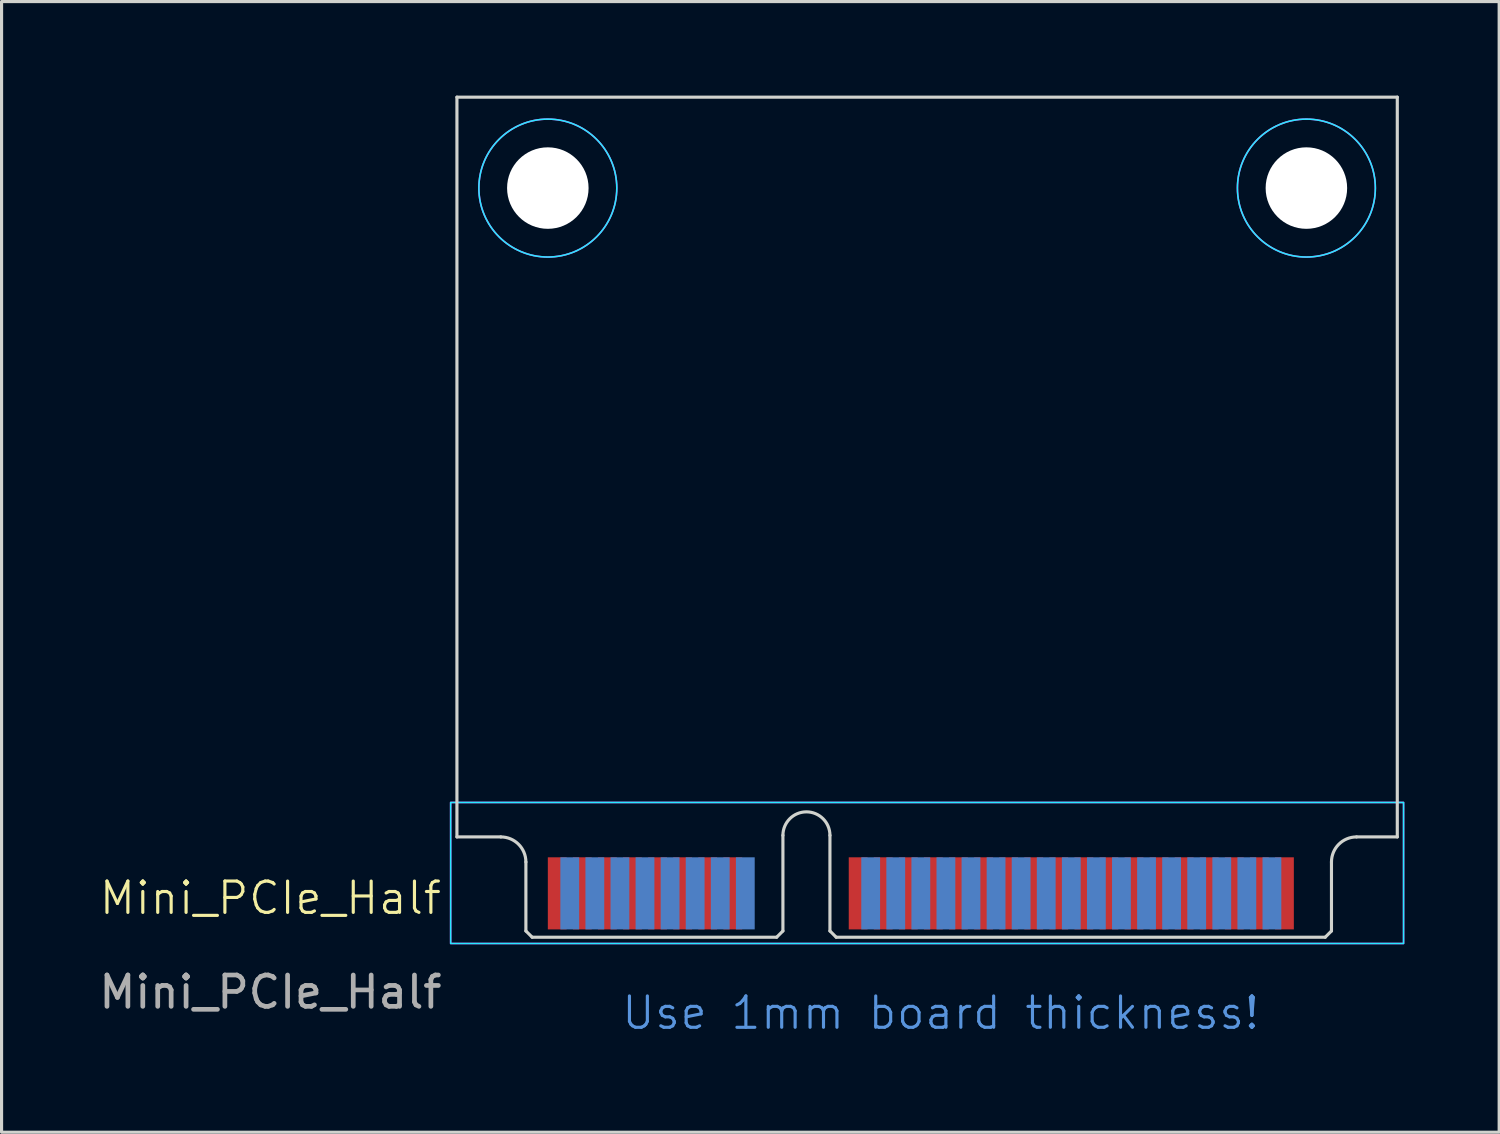
<source format=kicad_pcb>
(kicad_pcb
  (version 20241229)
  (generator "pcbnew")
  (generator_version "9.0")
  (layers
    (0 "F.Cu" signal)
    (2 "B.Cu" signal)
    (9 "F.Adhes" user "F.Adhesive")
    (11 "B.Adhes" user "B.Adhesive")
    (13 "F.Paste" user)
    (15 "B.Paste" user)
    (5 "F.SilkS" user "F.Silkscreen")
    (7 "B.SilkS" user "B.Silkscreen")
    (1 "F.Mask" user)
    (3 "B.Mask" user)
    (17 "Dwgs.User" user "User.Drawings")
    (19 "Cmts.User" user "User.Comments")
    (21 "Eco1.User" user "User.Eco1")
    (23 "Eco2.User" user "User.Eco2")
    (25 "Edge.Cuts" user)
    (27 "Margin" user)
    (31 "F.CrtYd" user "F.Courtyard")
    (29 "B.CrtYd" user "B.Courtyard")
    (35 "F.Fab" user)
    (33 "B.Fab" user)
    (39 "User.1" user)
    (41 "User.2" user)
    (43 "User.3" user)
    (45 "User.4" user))
  (footprint "Mini_PCIe_Half"
    (layer "F.Cu")
    (at 13.727 26.85)
    (property "Reference" "Mini_PCIe_Half" (at -8.15 -1.25 0) (unlocked yes) (layer "F.SilkS") (effects (font (size 1 1) (thickness 0.1))))
    (attr smd)
    (fp_rect (start -2.4 -4.3) (end 28 0.2) (stroke (width 0.1) (type solid)) (fill yes) (layer "F.Mask"))
    (fp_circle (center 0.7 -23.9) (end 2.9 -23.9) (stroke (width 0.05) (type solid)) (fill yes) (layer "F.Mask"))
    (fp_circle (center 24.9 -23.9) (end 27.1 -23.9) (stroke (width 0.05) (type solid)) (fill yes) (layer "F.Mask"))
    (fp_rect (start -2.4 -4.3) (end 28 0.2) (stroke (width 0.1) (type solid)) (fill yes) (layer "B.Mask"))
    (fp_circle (center 0.7 -23.9) (end 2.9 -23.9) (stroke (width 0.05) (type solid)) (fill yes) (layer "B.Mask"))
    (fp_circle (center 24.9 -23.9) (end 27.1 -23.9) (stroke (width 0.05) (type solid)) (fill yes) (layer "B.Mask"))
    (fp_line (start -2.2 -26.8) (end -2.2 -3.2) (stroke (width 0.1) (type solid)) (layer "Edge.Cuts"))
    (fp_line (start -2.2 -3.2) (end -0.8 -3.2) (stroke (width 0.1) (type solid)) (layer "Edge.Cuts"))
    (fp_line (start 0 -2.4) (end 0 -0.2) (stroke (width 0.1) (type solid)) (layer "Edge.Cuts"))
    (fp_line (start 0 -0.2) (end 0.2 0) (stroke (width 0.1) (type solid)) (layer "Edge.Cuts"))
    (fp_line (start 0.2 0) (end 8 0) (stroke (width 0.1) (type solid)) (layer "Edge.Cuts"))
    (fp_line (start 8 0) (end 8.2 -0.2) (stroke (width 0.1) (type solid)) (layer "Edge.Cuts"))
    (fp_line (start 8.2 -0.2) (end 8.2 -3.25) (stroke (width 0.1) (type solid)) (layer "Edge.Cuts"))
    (fp_line (start 9.7 -0.2) (end 9.7 -3.25) (stroke (width 0.1) (type solid)) (layer "Edge.Cuts"))
    (fp_line (start 9.7 -0.2) (end 9.9 0) (stroke (width 0.1) (type solid)) (layer "Edge.Cuts"))
    (fp_line (start 9.9 0) (end 25.5 0) (stroke (width 0.1) (type solid)) (layer "Edge.Cuts"))
    (fp_line (start 25.5 0) (end 25.7 -0.2) (stroke (width 0.1) (type solid)) (layer "Edge.Cuts"))
    (fp_line (start 25.7 -0.2) (end 25.7 -2.4) (stroke (width 0.1) (type solid)) (layer "Edge.Cuts"))
    (fp_line (start 26.5 -3.2) (end 27.8 -3.2) (stroke (width 0.1) (type solid)) (layer "Edge.Cuts"))
    (fp_line (start 27.8 -26.8) (end -2.2 -26.8) (stroke (width 0.1) (type solid)) (layer "Edge.Cuts"))
    (fp_line (start 27.8 -26.8) (end 27.8 -3.2) (stroke (width 0.1) (type solid)) (layer "Edge.Cuts"))
    (fp_arc (start -0.8 -3.2) (mid -0.234315 -2.965685) (end 0 -2.4) (stroke (width 0.1) (type solid)) (layer "Edge.Cuts"))
    (fp_arc (start 8.2 -3.25) (mid 8.95 -4) (end 9.7 -3.25) (stroke (width 0.1) (type solid)) (layer "Edge.Cuts"))
    (fp_arc (start 25.7 -2.4) (mid 25.934315 -2.965685) (end 26.5 -3.2) (stroke (width 0.1) (type solid)) (layer "Edge.Cuts"))
    (fp_rect (start -2.4 -4.3) (end 28 0.2) (stroke (width 0.05) (type default)) (fill no) (layer "B.CrtYd"))
    (fp_circle (center 0.7 -23.9) (end 2.9 -23.9) (stroke (width 0.05) (type solid)) (fill no) (layer "B.CrtYd"))
    (fp_circle (center 24.9 -23.9) (end 27.1 -23.9) (stroke (width 0.05) (type solid)) (fill no) (layer "B.CrtYd"))
    (fp_rect (start -2.4 -4.3) (end 28 0.2) (stroke (width 0.05) (type solid)) (fill no) (layer "F.CrtYd"))
    (fp_circle (center 0.7 -23.9) (end 2.9 -23.9) (stroke (width 0.05) (type solid)) (fill no) (layer "F.CrtYd"))
    (fp_circle (center 24.9 -23.9) (end 27.1 -23.9) (stroke (width 0.05) (type solid)) (fill no) (layer "F.CrtYd"))
    (fp_text user "Use 1mm board thickness!" (at 3 3 0) (unlocked yes) (layer "Cmts.User") (effects (font (size 1 1) (thickness 0.1)) (justify left bottom)))
    (fp_text user "${REFERENCE}" (at -8.15 1.75 0) (unlocked yes) (layer "F.Fab") (effects (font (size 1 1) (thickness 0.15))))
    (pad "" np_thru_hole circle (at 0.7 -23.9) (size 2.6 2.6) (drill 2.6) (layers "*.Cu" "*.Mask"))
    (pad "" np_thru_hole circle (at 24.9 -23.9) (size 2.6 2.6) (drill 2.6) (layers "*.Cu" "*.Mask"))
    (pad "1" smd rect (at 1 -1.4 90) (size 2.3 0.6) (layers "F.Cu" "F.Mask" "F.Paste"))
    (pad "2" smd rect (at 1.4 -1.4 90) (size 2.3 0.6) (layers "B.Cu" "B.Mask" "B.Paste"))
    (pad "3" smd rect (at 1.8 -1.4 90) (size 2.3 0.6) (layers "F.Cu" "F.Mask" "F.Paste"))
    (pad "4" smd rect (at 2.2 -1.4 90) (size 2.3 0.6) (layers "B.Cu" "B.Mask" "B.Paste"))
    (pad "5" smd rect (at 2.6 -1.4 90) (size 2.3 0.6) (layers "F.Cu" "F.Mask" "F.Paste"))
    (pad "6" smd rect (at 3 -1.4 90) (size 2.3 0.6) (layers "B.Cu" "B.Mask" "B.Paste"))
    (pad "7" smd rect (at 3.4 -1.4 90) (size 2.3 0.6) (layers "F.Cu" "F.Mask" "F.Paste"))
    (pad "8" smd rect (at 3.8 -1.4 90) (size 2.3 0.6) (layers "B.Cu" "B.Mask" "B.Paste"))
    (pad "9" smd rect (at 4.2 -1.4 90) (size 2.3 0.6) (layers "F.Cu" "F.Mask" "F.Paste"))
    (pad "10" smd rect (at 4.6 -1.4 90) (size 2.3 0.6) (layers "B.Cu" "B.Mask" "B.Paste"))
    (pad "11" smd rect (at 5 -1.4 90) (size 2.3 0.6) (layers "F.Cu" "F.Mask" "F.Paste"))
    (pad "12" smd rect (at 5.4 -1.4 90) (size 2.3 0.6) (layers "B.Cu" "B.Mask" "B.Paste"))
    (pad "13" smd rect (at 5.8 -1.4 90) (size 2.3 0.6) (layers "F.Cu" "F.Mask" "F.Paste"))
    (pad "14" smd rect (at 6.2 -1.4 90) (size 2.3 0.6) (layers "B.Cu" "B.Mask" "B.Paste"))
    (pad "15" smd rect (at 6.6 -1.4 90) (size 2.3 0.6) (layers "F.Cu" "F.Mask" "F.Paste"))
    (pad "16" smd rect (at 7 -1.4 90) (size 2.3 0.6) (layers "B.Cu" "B.Mask" "B.Paste"))
    (pad "17" smd rect (at 10.6 -1.4 90) (size 2.3 0.6) (layers "F.Cu" "F.Mask" "F.Paste"))
    (pad "18" smd rect (at 11 -1.4 90) (size 2.3 0.6) (layers "B.Cu" "B.Mask" "B.Paste"))
    (pad "19" smd rect (at 11.4 -1.4 90) (size 2.3 0.6) (layers "F.Cu" "F.Mask" "F.Paste"))
    (pad "20" smd rect (at 11.8 -1.4 90) (size 2.3 0.6) (layers "B.Cu" "B.Mask" "B.Paste"))
    (pad "21" smd rect (at 12.2 -1.4 90) (size 2.3 0.6) (layers "F.Cu" "F.Mask" "F.Paste"))
    (pad "22" smd rect (at 12.6 -1.4 90) (size 2.3 0.6) (layers "B.Cu" "B.Mask" "B.Paste"))
    (pad "23" smd rect (at 13 -1.4 90) (size 2.3 0.6) (layers "F.Cu" "F.Mask" "F.Paste"))
    (pad "24" smd rect (at 13.4 -1.4 90) (size 2.3 0.6) (layers "B.Cu" "B.Mask" "B.Paste"))
    (pad "25" smd rect (at 13.8 -1.4 90) (size 2.3 0.6) (layers "F.Cu" "F.Mask" "F.Paste"))
    (pad "26" smd rect (at 14.2 -1.4 90) (size 2.3 0.6) (layers "B.Cu" "B.Mask" "B.Paste"))
    (pad "27" smd rect (at 14.6 -1.4 90) (size 2.3 0.6) (layers "F.Cu" "F.Mask" "F.Paste"))
    (pad "28" smd rect (at 15 -1.4 90) (size 2.3 0.6) (layers "B.Cu" "B.Mask" "B.Paste"))
    (pad "29" smd rect (at 15.4 -1.4 90) (size 2.3 0.6) (layers "F.Cu" "F.Mask" "F.Paste"))
    (pad "30" smd rect (at 15.8 -1.4 90) (size 2.3 0.6) (layers "B.Cu" "B.Mask" "B.Paste"))
    (pad "31" smd rect (at 16.2 -1.4 90) (size 2.3 0.6) (layers "F.Cu" "F.Mask" "F.Paste"))
    (pad "32" smd rect (at 16.6 -1.4 90) (size 2.3 0.6) (layers "B.Cu" "B.Mask" "B.Paste"))
    (pad "33" smd rect (at 17 -1.4 90) (size 2.3 0.6) (layers "F.Cu" "F.Mask" "F.Paste"))
    (pad "34" smd rect (at 17.4 -1.4 90) (size 2.3 0.6) (layers "B.Cu" "B.Mask" "B.Paste"))
    (pad "35" smd rect (at 17.8 -1.4 90) (size 2.3 0.6) (layers "F.Cu" "F.Mask" "F.Paste"))
    (pad "36" smd rect (at 18.2 -1.4 90) (size 2.3 0.6) (layers "B.Cu" "B.Mask" "B.Paste"))
    (pad "37" smd rect (at 18.6 -1.4 90) (size 2.3 0.6) (layers "F.Cu" "F.Mask" "F.Paste"))
    (pad "38" smd rect (at 19 -1.4 90) (size 2.3 0.6) (layers "B.Cu" "B.Mask" "B.Paste"))
    (pad "39" smd rect (at 19.4 -1.4 90) (size 2.3 0.6) (layers "F.Cu" "F.Mask" "F.Paste"))
    (pad "40" smd rect (at 19.8 -1.4 90) (size 2.3 0.6) (layers "B.Cu" "B.Mask" "B.Paste"))
    (pad "41" smd rect (at 20.2 -1.4 90) (size 2.3 0.6) (layers "F.Cu" "F.Mask" "F.Paste"))
    (pad "42" smd rect (at 20.6 -1.4 90) (size 2.3 0.6) (layers "B.Cu" "B.Mask" "B.Paste"))
    (pad "43" smd rect (at 21 -1.4 90) (size 2.3 0.6) (layers "F.Cu" "F.Mask" "F.Paste"))
    (pad "44" smd rect (at 21.4 -1.4 90) (size 2.3 0.6) (layers "B.Cu" "B.Mask" "B.Paste"))
    (pad "45" smd rect (at 21.8 -1.4 90) (size 2.3 0.6) (layers "F.Cu" "F.Mask" "F.Paste"))
    (pad "46" smd rect (at 22.2 -1.4 90) (size 2.3 0.6) (layers "B.Cu" "B.Mask" "B.Paste"))
    (pad "47" smd rect (at 22.6 -1.4 90) (size 2.3 0.6) (layers "F.Cu" "F.Mask" "F.Paste"))
    (pad "48" smd rect (at 23 -1.4 90) (size 2.3 0.6) (layers "B.Cu" "B.Mask" "B.Paste"))
    (pad "49" smd rect (at 23.4 -1.4 90) (size 2.3 0.6) (layers "F.Cu" "F.Mask" "F.Paste"))
    (pad "50" smd rect (at 23.8 -1.4 90) (size 2.3 0.6) (layers "B.Cu" "B.Mask" "B.Paste"))
    (pad "51" smd rect (at 24.2 -1.4 90) (size 2.3 0.6) (layers "F.Cu" "F.Mask" "F.Paste")))
  (gr_rect
    (start -3 -3)
    (end 44.777 33.071)
    (stroke (width 0.1) (type default))
    (fill no)
    (layer "Edge.Cuts")))
</source>
